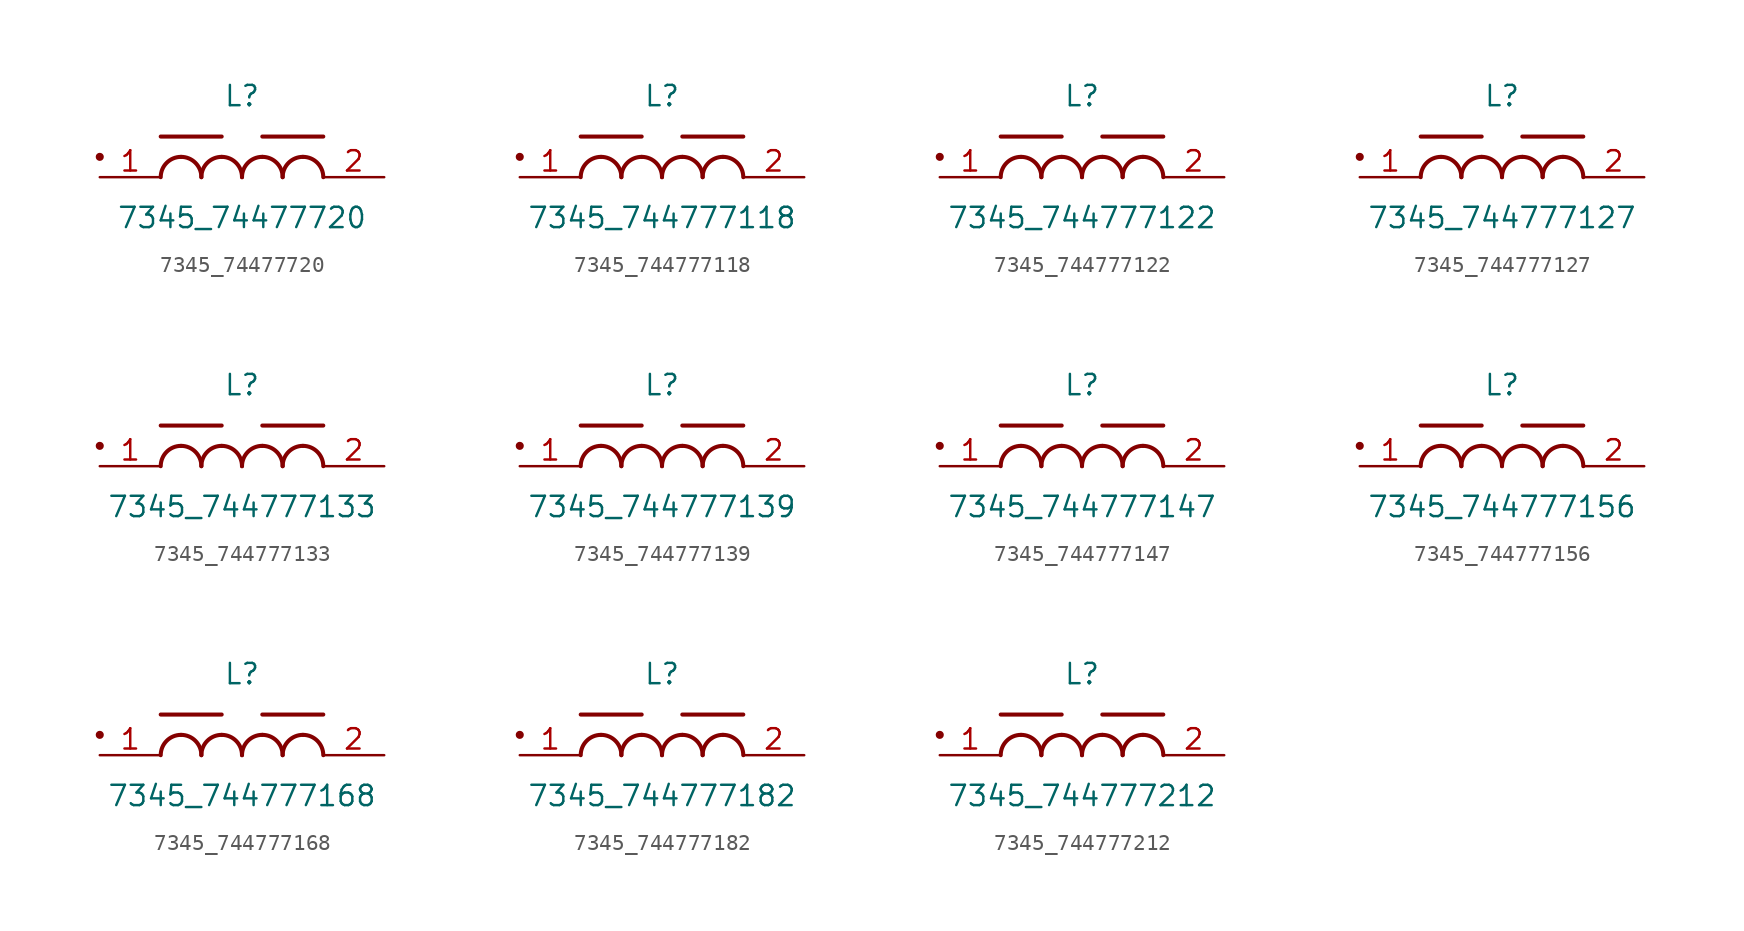
<source format=kicad_sym>
(kicad_symbol_lib
  (version 20211014)
  (generator kicad_symbol_editor)
  (symbol "Inductor_Wurth_WE-PD:7345_74477720"
    (pin_names hide)
    (property "Reference" "L"
      (at 0 5.08 0)
      (effects (font (size 1.27 1.27))))
    (property "Value" "7345_74477720"
      (at 0 -2.54 0)
      (effects (font (size 1.27 1.27))))
    (symbol "7345_74477720_0_1"
      (circle (center -8.89 1.27) (radius 0.0001) (stroke (width 0.254)) (stroke (width 0.254) (type default) (color 0 0 0 0)) (fill (type none)))
      (arc (start -3.81 1.27) (mid -4.708 0.898) (end -5.08 0) (stroke (width 0.254) (type default) (color 0 0 0 0)) (fill (type none)))
      (arc (start -2.54 0) (mid -2.912 0.898) (end -3.81 1.27) (stroke (width 0.254) (type default) (color 0 0 0 0)) (fill (type none)))
      (arc (start -1.2699 1.2701) (mid -2.1679 0.8981) (end -2.5399 0.0001) (stroke (width 0.254) (type default) (color 0 0 0 0)) (fill (type none)))
      (polyline (pts (xy -5.08 2.54) (xy -1.27 2.54)) (stroke (width 0.254) (type default) (color 0 0 0 0)) (fill (type none)))
      (polyline (pts (xy 5.08 2.54) (xy 1.27 2.54)) (stroke (width 0.254) (type default) (color 0 0 0 0)) (fill (type none)))
      (arc (start 0.0001 0.0001) (mid -0.3719 0.8981) (end -1.2699 1.2701) (stroke (width 0.254) (type default) (color 0 0 0 0)) (fill (type none)))
      (arc (start 1.2701 1.2701) (mid 0.3721 0.8981) (end 0.0001 0.0001) (stroke (width 0.254) (type default) (color 0 0 0 0)) (fill (type none)))
      (arc (start 2.5401 0.0001) (mid 2.1681 0.8981) (end 1.2701 1.2701) (stroke (width 0.254) (type default) (color 0 0 0 0)) (fill (type none)))
      (arc (start 3.8101 1.2701) (mid 2.9121 0.8981) (end 2.5401 0.0001) (stroke (width 0.254) (type default) (color 0 0 0 0)) (fill (type none)))
      (arc (start 5.0801 0.0001) (mid 4.7081 0.8981) (end 3.8101 1.2701) (stroke (width 0.254) (type default) (color 0 0 0 0)) (fill (type none))))
    (symbol "7345_74477720_1_1"
      (pin passive line (at -8.89 0 0) (length 3.81) (name "1" (effects (font (size 1.27 1.27)))) (number "1" (effects (font (size 1.27 1.27)))))
      (pin passive line (at 8.89 0 180) (length 3.81) (name "2" (effects (font (size 1.27 1.27)))) (number "2" (effects (font (size 1.27 1.27)))))))
  (symbol "Inductor_Wurth_WE-PD:7345_744777118"
    (pin_names hide)
    (property "Reference" "L"
      (at 0 5.08 0)
      (effects (font (size 1.27 1.27))))
    (property "Value" "7345_744777118"
      (at 0 -2.54 0)
      (effects (font (size 1.27 1.27))))
    (symbol "7345_744777118_0_1"
      (circle (center -8.89 1.27) (radius 0.0001) (stroke (width 0.254)) (stroke (width 0.254) (type default) (color 0 0 0 0)) (fill (type none)))
      (arc (start -3.81 1.27) (mid -4.708 0.898) (end -5.08 0) (stroke (width 0.254) (type default) (color 0 0 0 0)) (fill (type none)))
      (arc (start -2.54 0) (mid -2.912 0.898) (end -3.81 1.27) (stroke (width 0.254) (type default) (color 0 0 0 0)) (fill (type none)))
      (arc (start -1.2699 1.2701) (mid -2.1679 0.8981) (end -2.5399 0.0001) (stroke (width 0.254) (type default) (color 0 0 0 0)) (fill (type none)))
      (polyline (pts (xy -5.08 2.54) (xy -1.27 2.54)) (stroke (width 0.254) (type default) (color 0 0 0 0)) (fill (type none)))
      (polyline (pts (xy 5.08 2.54) (xy 1.27 2.54)) (stroke (width 0.254) (type default) (color 0 0 0 0)) (fill (type none)))
      (arc (start 0.0001 0.0001) (mid -0.3719 0.8981) (end -1.2699 1.2701) (stroke (width 0.254) (type default) (color 0 0 0 0)) (fill (type none)))
      (arc (start 1.2701 1.2701) (mid 0.3721 0.8981) (end 0.0001 0.0001) (stroke (width 0.254) (type default) (color 0 0 0 0)) (fill (type none)))
      (arc (start 2.5401 0.0001) (mid 2.1681 0.8981) (end 1.2701 1.2701) (stroke (width 0.254) (type default) (color 0 0 0 0)) (fill (type none)))
      (arc (start 3.8101 1.2701) (mid 2.9121 0.8981) (end 2.5401 0.0001) (stroke (width 0.254) (type default) (color 0 0 0 0)) (fill (type none)))
      (arc (start 5.0801 0.0001) (mid 4.7081 0.8981) (end 3.8101 1.2701) (stroke (width 0.254) (type default) (color 0 0 0 0)) (fill (type none))))
    (symbol "7345_744777118_1_1"
      (pin passive line (at -8.89 0 0) (length 3.81) (name "1" (effects (font (size 1.27 1.27)))) (number "1" (effects (font (size 1.27 1.27)))))
      (pin passive line (at 8.89 0 180) (length 3.81) (name "2" (effects (font (size 1.27 1.27)))) (number "2" (effects (font (size 1.27 1.27)))))))
  (symbol "Inductor_Wurth_WE-PD:7345_744777122"
    (pin_names hide)
    (property "Reference" "L"
      (at 0 5.08 0)
      (effects (font (size 1.27 1.27))))
    (property "Value" "7345_744777122"
      (at 0 -2.54 0)
      (effects (font (size 1.27 1.27))))
    (symbol "7345_744777122_0_1"
      (circle (center -8.89 1.27) (radius 0.0001) (stroke (width 0.254)) (stroke (width 0.254) (type default) (color 0 0 0 0)) (fill (type none)))
      (arc (start -3.81 1.27) (mid -4.708 0.898) (end -5.08 0) (stroke (width 0.254) (type default) (color 0 0 0 0)) (fill (type none)))
      (arc (start -2.54 0) (mid -2.912 0.898) (end -3.81 1.27) (stroke (width 0.254) (type default) (color 0 0 0 0)) (fill (type none)))
      (arc (start -1.2699 1.2701) (mid -2.1679 0.8981) (end -2.5399 0.0001) (stroke (width 0.254) (type default) (color 0 0 0 0)) (fill (type none)))
      (polyline (pts (xy -5.08 2.54) (xy -1.27 2.54)) (stroke (width 0.254) (type default) (color 0 0 0 0)) (fill (type none)))
      (polyline (pts (xy 5.08 2.54) (xy 1.27 2.54)) (stroke (width 0.254) (type default) (color 0 0 0 0)) (fill (type none)))
      (arc (start 0.0001 0.0001) (mid -0.3719 0.8981) (end -1.2699 1.2701) (stroke (width 0.254) (type default) (color 0 0 0 0)) (fill (type none)))
      (arc (start 1.2701 1.2701) (mid 0.3721 0.8981) (end 0.0001 0.0001) (stroke (width 0.254) (type default) (color 0 0 0 0)) (fill (type none)))
      (arc (start 2.5401 0.0001) (mid 2.1681 0.8981) (end 1.2701 1.2701) (stroke (width 0.254) (type default) (color 0 0 0 0)) (fill (type none)))
      (arc (start 3.8101 1.2701) (mid 2.9121 0.8981) (end 2.5401 0.0001) (stroke (width 0.254) (type default) (color 0 0 0 0)) (fill (type none)))
      (arc (start 5.0801 0.0001) (mid 4.7081 0.8981) (end 3.8101 1.2701) (stroke (width 0.254) (type default) (color 0 0 0 0)) (fill (type none))))
    (symbol "7345_744777122_1_1"
      (pin passive line (at -8.89 0 0) (length 3.81) (name "1" (effects (font (size 1.27 1.27)))) (number "1" (effects (font (size 1.27 1.27)))))
      (pin passive line (at 8.89 0 180) (length 3.81) (name "2" (effects (font (size 1.27 1.27)))) (number "2" (effects (font (size 1.27 1.27)))))))
  (symbol "Inductor_Wurth_WE-PD:7345_744777127"
    (pin_names hide)
    (property "Reference" "L"
      (at 0 5.08 0)
      (effects (font (size 1.27 1.27))))
    (property "Value" "7345_744777127"
      (at 0 -2.54 0)
      (effects (font (size 1.27 1.27))))
    (symbol "7345_744777127_0_1"
      (circle (center -8.89 1.27) (radius 0.0001) (stroke (width 0.254)) (stroke (width 0.254) (type default) (color 0 0 0 0)) (fill (type none)))
      (arc (start -3.81 1.27) (mid -4.708 0.898) (end -5.08 0) (stroke (width 0.254) (type default) (color 0 0 0 0)) (fill (type none)))
      (arc (start -2.54 0) (mid -2.912 0.898) (end -3.81 1.27) (stroke (width 0.254) (type default) (color 0 0 0 0)) (fill (type none)))
      (arc (start -1.2699 1.2701) (mid -2.1679 0.8981) (end -2.5399 0.0001) (stroke (width 0.254) (type default) (color 0 0 0 0)) (fill (type none)))
      (polyline (pts (xy -5.08 2.54) (xy -1.27 2.54)) (stroke (width 0.254) (type default) (color 0 0 0 0)) (fill (type none)))
      (polyline (pts (xy 5.08 2.54) (xy 1.27 2.54)) (stroke (width 0.254) (type default) (color 0 0 0 0)) (fill (type none)))
      (arc (start 0.0001 0.0001) (mid -0.3719 0.8981) (end -1.2699 1.2701) (stroke (width 0.254) (type default) (color 0 0 0 0)) (fill (type none)))
      (arc (start 1.2701 1.2701) (mid 0.3721 0.8981) (end 0.0001 0.0001) (stroke (width 0.254) (type default) (color 0 0 0 0)) (fill (type none)))
      (arc (start 2.5401 0.0001) (mid 2.1681 0.8981) (end 1.2701 1.2701) (stroke (width 0.254) (type default) (color 0 0 0 0)) (fill (type none)))
      (arc (start 3.8101 1.2701) (mid 2.9121 0.8981) (end 2.5401 0.0001) (stroke (width 0.254) (type default) (color 0 0 0 0)) (fill (type none)))
      (arc (start 5.0801 0.0001) (mid 4.7081 0.8981) (end 3.8101 1.2701) (stroke (width 0.254) (type default) (color 0 0 0 0)) (fill (type none))))
    (symbol "7345_744777127_1_1"
      (pin passive line (at -8.89 0 0) (length 3.81) (name "1" (effects (font (size 1.27 1.27)))) (number "1" (effects (font (size 1.27 1.27)))))
      (pin passive line (at 8.89 0 180) (length 3.81) (name "2" (effects (font (size 1.27 1.27)))) (number "2" (effects (font (size 1.27 1.27)))))))
  (symbol "Inductor_Wurth_WE-PD:7345_744777133"
    (pin_names hide)
    (property "Reference" "L"
      (at 0 5.08 0)
      (effects (font (size 1.27 1.27))))
    (property "Value" "7345_744777133"
      (at 0 -2.54 0)
      (effects (font (size 1.27 1.27))))
    (symbol "7345_744777133_0_1"
      (circle (center -8.89 1.27) (radius 0.0001) (stroke (width 0.254)) (stroke (width 0.254) (type default) (color 0 0 0 0)) (fill (type none)))
      (arc (start -3.81 1.27) (mid -4.708 0.898) (end -5.08 0) (stroke (width 0.254) (type default) (color 0 0 0 0)) (fill (type none)))
      (arc (start -2.54 0) (mid -2.912 0.898) (end -3.81 1.27) (stroke (width 0.254) (type default) (color 0 0 0 0)) (fill (type none)))
      (arc (start -1.2699 1.2701) (mid -2.1679 0.8981) (end -2.5399 0.0001) (stroke (width 0.254) (type default) (color 0 0 0 0)) (fill (type none)))
      (polyline (pts (xy -5.08 2.54) (xy -1.27 2.54)) (stroke (width 0.254) (type default) (color 0 0 0 0)) (fill (type none)))
      (polyline (pts (xy 5.08 2.54) (xy 1.27 2.54)) (stroke (width 0.254) (type default) (color 0 0 0 0)) (fill (type none)))
      (arc (start 0.0001 0.0001) (mid -0.3719 0.8981) (end -1.2699 1.2701) (stroke (width 0.254) (type default) (color 0 0 0 0)) (fill (type none)))
      (arc (start 1.2701 1.2701) (mid 0.3721 0.8981) (end 0.0001 0.0001) (stroke (width 0.254) (type default) (color 0 0 0 0)) (fill (type none)))
      (arc (start 2.5401 0.0001) (mid 2.1681 0.8981) (end 1.2701 1.2701) (stroke (width 0.254) (type default) (color 0 0 0 0)) (fill (type none)))
      (arc (start 3.8101 1.2701) (mid 2.9121 0.8981) (end 2.5401 0.0001) (stroke (width 0.254) (type default) (color 0 0 0 0)) (fill (type none)))
      (arc (start 5.0801 0.0001) (mid 4.7081 0.8981) (end 3.8101 1.2701) (stroke (width 0.254) (type default) (color 0 0 0 0)) (fill (type none))))
    (symbol "7345_744777133_1_1"
      (pin passive line (at -8.89 0 0) (length 3.81) (name "1" (effects (font (size 1.27 1.27)))) (number "1" (effects (font (size 1.27 1.27)))))
      (pin passive line (at 8.89 0 180) (length 3.81) (name "2" (effects (font (size 1.27 1.27)))) (number "2" (effects (font (size 1.27 1.27)))))))
  (symbol "Inductor_Wurth_WE-PD:7345_744777139"
    (pin_names hide)
    (property "Reference" "L"
      (at 0 5.08 0)
      (effects (font (size 1.27 1.27))))
    (property "Value" "7345_744777139"
      (at 0 -2.54 0)
      (effects (font (size 1.27 1.27))))
    (symbol "7345_744777139_0_1"
      (circle (center -8.89 1.27) (radius 0.0001) (stroke (width 0.254)) (stroke (width 0.254) (type default) (color 0 0 0 0)) (fill (type none)))
      (arc (start -3.81 1.27) (mid -4.708 0.898) (end -5.08 0) (stroke (width 0.254) (type default) (color 0 0 0 0)) (fill (type none)))
      (arc (start -2.54 0) (mid -2.912 0.898) (end -3.81 1.27) (stroke (width 0.254) (type default) (color 0 0 0 0)) (fill (type none)))
      (arc (start -1.2699 1.2701) (mid -2.1679 0.8981) (end -2.5399 0.0001) (stroke (width 0.254) (type default) (color 0 0 0 0)) (fill (type none)))
      (polyline (pts (xy -5.08 2.54) (xy -1.27 2.54)) (stroke (width 0.254) (type default) (color 0 0 0 0)) (fill (type none)))
      (polyline (pts (xy 5.08 2.54) (xy 1.27 2.54)) (stroke (width 0.254) (type default) (color 0 0 0 0)) (fill (type none)))
      (arc (start 0.0001 0.0001) (mid -0.3719 0.8981) (end -1.2699 1.2701) (stroke (width 0.254) (type default) (color 0 0 0 0)) (fill (type none)))
      (arc (start 1.2701 1.2701) (mid 0.3721 0.8981) (end 0.0001 0.0001) (stroke (width 0.254) (type default) (color 0 0 0 0)) (fill (type none)))
      (arc (start 2.5401 0.0001) (mid 2.1681 0.8981) (end 1.2701 1.2701) (stroke (width 0.254) (type default) (color 0 0 0 0)) (fill (type none)))
      (arc (start 3.8101 1.2701) (mid 2.9121 0.8981) (end 2.5401 0.0001) (stroke (width 0.254) (type default) (color 0 0 0 0)) (fill (type none)))
      (arc (start 5.0801 0.0001) (mid 4.7081 0.8981) (end 3.8101 1.2701) (stroke (width 0.254) (type default) (color 0 0 0 0)) (fill (type none))))
    (symbol "7345_744777139_1_1"
      (pin passive line (at -8.89 0 0) (length 3.81) (name "1" (effects (font (size 1.27 1.27)))) (number "1" (effects (font (size 1.27 1.27)))))
      (pin passive line (at 8.89 0 180) (length 3.81) (name "2" (effects (font (size 1.27 1.27)))) (number "2" (effects (font (size 1.27 1.27)))))))
  (symbol "Inductor_Wurth_WE-PD:7345_744777147"
    (pin_names hide)
    (property "Reference" "L"
      (at 0 5.08 0)
      (effects (font (size 1.27 1.27))))
    (property "Value" "7345_744777147"
      (at 0 -2.54 0)
      (effects (font (size 1.27 1.27))))
    (symbol "7345_744777147_0_1"
      (circle (center -8.89 1.27) (radius 0.0001) (stroke (width 0.254)) (stroke (width 0.254) (type default) (color 0 0 0 0)) (fill (type none)))
      (arc (start -3.81 1.27) (mid -4.708 0.898) (end -5.08 0) (stroke (width 0.254) (type default) (color 0 0 0 0)) (fill (type none)))
      (arc (start -2.54 0) (mid -2.912 0.898) (end -3.81 1.27) (stroke (width 0.254) (type default) (color 0 0 0 0)) (fill (type none)))
      (arc (start -1.2699 1.2701) (mid -2.1679 0.8981) (end -2.5399 0.0001) (stroke (width 0.254) (type default) (color 0 0 0 0)) (fill (type none)))
      (polyline (pts (xy -5.08 2.54) (xy -1.27 2.54)) (stroke (width 0.254) (type default) (color 0 0 0 0)) (fill (type none)))
      (polyline (pts (xy 5.08 2.54) (xy 1.27 2.54)) (stroke (width 0.254) (type default) (color 0 0 0 0)) (fill (type none)))
      (arc (start 0.0001 0.0001) (mid -0.3719 0.8981) (end -1.2699 1.2701) (stroke (width 0.254) (type default) (color 0 0 0 0)) (fill (type none)))
      (arc (start 1.2701 1.2701) (mid 0.3721 0.8981) (end 0.0001 0.0001) (stroke (width 0.254) (type default) (color 0 0 0 0)) (fill (type none)))
      (arc (start 2.5401 0.0001) (mid 2.1681 0.8981) (end 1.2701 1.2701) (stroke (width 0.254) (type default) (color 0 0 0 0)) (fill (type none)))
      (arc (start 3.8101 1.2701) (mid 2.9121 0.8981) (end 2.5401 0.0001) (stroke (width 0.254) (type default) (color 0 0 0 0)) (fill (type none)))
      (arc (start 5.0801 0.0001) (mid 4.7081 0.8981) (end 3.8101 1.2701) (stroke (width 0.254) (type default) (color 0 0 0 0)) (fill (type none))))
    (symbol "7345_744777147_1_1"
      (pin passive line (at -8.89 0 0) (length 3.81) (name "1" (effects (font (size 1.27 1.27)))) (number "1" (effects (font (size 1.27 1.27)))))
      (pin passive line (at 8.89 0 180) (length 3.81) (name "2" (effects (font (size 1.27 1.27)))) (number "2" (effects (font (size 1.27 1.27)))))))
  (symbol "Inductor_Wurth_WE-PD:7345_744777156"
    (pin_names hide)
    (property "Reference" "L"
      (at 0 5.08 0)
      (effects (font (size 1.27 1.27))))
    (property "Value" "7345_744777156"
      (at 0 -2.54 0)
      (effects (font (size 1.27 1.27))))
    (symbol "7345_744777156_0_1"
      (circle (center -8.89 1.27) (radius 0.0001) (stroke (width 0.254)) (stroke (width 0.254) (type default) (color 0 0 0 0)) (fill (type none)))
      (arc (start -3.81 1.27) (mid -4.708 0.898) (end -5.08 0) (stroke (width 0.254) (type default) (color 0 0 0 0)) (fill (type none)))
      (arc (start -2.54 0) (mid -2.912 0.898) (end -3.81 1.27) (stroke (width 0.254) (type default) (color 0 0 0 0)) (fill (type none)))
      (arc (start -1.2699 1.2701) (mid -2.1679 0.8981) (end -2.5399 0.0001) (stroke (width 0.254) (type default) (color 0 0 0 0)) (fill (type none)))
      (polyline (pts (xy -5.08 2.54) (xy -1.27 2.54)) (stroke (width 0.254) (type default) (color 0 0 0 0)) (fill (type none)))
      (polyline (pts (xy 5.08 2.54) (xy 1.27 2.54)) (stroke (width 0.254) (type default) (color 0 0 0 0)) (fill (type none)))
      (arc (start 0.0001 0.0001) (mid -0.3719 0.8981) (end -1.2699 1.2701) (stroke (width 0.254) (type default) (color 0 0 0 0)) (fill (type none)))
      (arc (start 1.2701 1.2701) (mid 0.3721 0.8981) (end 0.0001 0.0001) (stroke (width 0.254) (type default) (color 0 0 0 0)) (fill (type none)))
      (arc (start 2.5401 0.0001) (mid 2.1681 0.8981) (end 1.2701 1.2701) (stroke (width 0.254) (type default) (color 0 0 0 0)) (fill (type none)))
      (arc (start 3.8101 1.2701) (mid 2.9121 0.8981) (end 2.5401 0.0001) (stroke (width 0.254) (type default) (color 0 0 0 0)) (fill (type none)))
      (arc (start 5.0801 0.0001) (mid 4.7081 0.8981) (end 3.8101 1.2701) (stroke (width 0.254) (type default) (color 0 0 0 0)) (fill (type none))))
    (symbol "7345_744777156_1_1"
      (pin passive line (at -8.89 0 0) (length 3.81) (name "1" (effects (font (size 1.27 1.27)))) (number "1" (effects (font (size 1.27 1.27)))))
      (pin passive line (at 8.89 0 180) (length 3.81) (name "2" (effects (font (size 1.27 1.27)))) (number "2" (effects (font (size 1.27 1.27)))))))
  (symbol "Inductor_Wurth_WE-PD:7345_744777168"
    (pin_names hide)
    (property "Reference" "L"
      (at 0 5.08 0)
      (effects (font (size 1.27 1.27))))
    (property "Value" "7345_744777168"
      (at 0 -2.54 0)
      (effects (font (size 1.27 1.27))))
    (symbol "7345_744777168_0_1"
      (circle (center -8.89 1.27) (radius 0.0001) (stroke (width 0.254)) (stroke (width 0.254) (type default) (color 0 0 0 0)) (fill (type none)))
      (arc (start -3.81 1.27) (mid -4.708 0.898) (end -5.08 0) (stroke (width 0.254) (type default) (color 0 0 0 0)) (fill (type none)))
      (arc (start -2.54 0) (mid -2.912 0.898) (end -3.81 1.27) (stroke (width 0.254) (type default) (color 0 0 0 0)) (fill (type none)))
      (arc (start -1.2699 1.2701) (mid -2.1679 0.8981) (end -2.5399 0.0001) (stroke (width 0.254) (type default) (color 0 0 0 0)) (fill (type none)))
      (polyline (pts (xy -5.08 2.54) (xy -1.27 2.54)) (stroke (width 0.254) (type default) (color 0 0 0 0)) (fill (type none)))
      (polyline (pts (xy 5.08 2.54) (xy 1.27 2.54)) (stroke (width 0.254) (type default) (color 0 0 0 0)) (fill (type none)))
      (arc (start 0.0001 0.0001) (mid -0.3719 0.8981) (end -1.2699 1.2701) (stroke (width 0.254) (type default) (color 0 0 0 0)) (fill (type none)))
      (arc (start 1.2701 1.2701) (mid 0.3721 0.8981) (end 0.0001 0.0001) (stroke (width 0.254) (type default) (color 0 0 0 0)) (fill (type none)))
      (arc (start 2.5401 0.0001) (mid 2.1681 0.8981) (end 1.2701 1.2701) (stroke (width 0.254) (type default) (color 0 0 0 0)) (fill (type none)))
      (arc (start 3.8101 1.2701) (mid 2.9121 0.8981) (end 2.5401 0.0001) (stroke (width 0.254) (type default) (color 0 0 0 0)) (fill (type none)))
      (arc (start 5.0801 0.0001) (mid 4.7081 0.8981) (end 3.8101 1.2701) (stroke (width 0.254) (type default) (color 0 0 0 0)) (fill (type none))))
    (symbol "7345_744777168_1_1"
      (pin passive line (at -8.89 0 0) (length 3.81) (name "1" (effects (font (size 1.27 1.27)))) (number "1" (effects (font (size 1.27 1.27)))))
      (pin passive line (at 8.89 0 180) (length 3.81) (name "2" (effects (font (size 1.27 1.27)))) (number "2" (effects (font (size 1.27 1.27)))))))
  (symbol "Inductor_Wurth_WE-PD:7345_744777182"
    (pin_names hide)
    (property "Reference" "L"
      (at 0 5.08 0)
      (effects (font (size 1.27 1.27))))
    (property "Value" "7345_744777182"
      (at 0 -2.54 0)
      (effects (font (size 1.27 1.27))))
    (symbol "7345_744777182_0_1"
      (circle (center -8.89 1.27) (radius 0.0001) (stroke (width 0.254)) (stroke (width 0.254) (type default) (color 0 0 0 0)) (fill (type none)))
      (arc (start -3.81 1.27) (mid -4.708 0.898) (end -5.08 0) (stroke (width 0.254) (type default) (color 0 0 0 0)) (fill (type none)))
      (arc (start -2.54 0) (mid -2.912 0.898) (end -3.81 1.27) (stroke (width 0.254) (type default) (color 0 0 0 0)) (fill (type none)))
      (arc (start -1.2699 1.2701) (mid -2.1679 0.8981) (end -2.5399 0.0001) (stroke (width 0.254) (type default) (color 0 0 0 0)) (fill (type none)))
      (polyline (pts (xy -5.08 2.54) (xy -1.27 2.54)) (stroke (width 0.254) (type default) (color 0 0 0 0)) (fill (type none)))
      (polyline (pts (xy 5.08 2.54) (xy 1.27 2.54)) (stroke (width 0.254) (type default) (color 0 0 0 0)) (fill (type none)))
      (arc (start 0.0001 0.0001) (mid -0.3719 0.8981) (end -1.2699 1.2701) (stroke (width 0.254) (type default) (color 0 0 0 0)) (fill (type none)))
      (arc (start 1.2701 1.2701) (mid 0.3721 0.8981) (end 0.0001 0.0001) (stroke (width 0.254) (type default) (color 0 0 0 0)) (fill (type none)))
      (arc (start 2.5401 0.0001) (mid 2.1681 0.8981) (end 1.2701 1.2701) (stroke (width 0.254) (type default) (color 0 0 0 0)) (fill (type none)))
      (arc (start 3.8101 1.2701) (mid 2.9121 0.8981) (end 2.5401 0.0001) (stroke (width 0.254) (type default) (color 0 0 0 0)) (fill (type none)))
      (arc (start 5.0801 0.0001) (mid 4.7081 0.8981) (end 3.8101 1.2701) (stroke (width 0.254) (type default) (color 0 0 0 0)) (fill (type none))))
    (symbol "7345_744777182_1_1"
      (pin passive line (at -8.89 0 0) (length 3.81) (name "1" (effects (font (size 1.27 1.27)))) (number "1" (effects (font (size 1.27 1.27)))))
      (pin passive line (at 8.89 0 180) (length 3.81) (name "2" (effects (font (size 1.27 1.27)))) (number "2" (effects (font (size 1.27 1.27)))))))
  (symbol "Inductor_Wurth_WE-PD:7345_744777212"
    (pin_names hide)
    (property "Reference" "L"
      (at 0 5.08 0)
      (effects (font (size 1.27 1.27))))
    (property "Value" "7345_744777212"
      (at 0 -2.54 0)
      (effects (font (size 1.27 1.27))))
    (symbol "7345_744777212_0_1"
      (circle (center -8.89 1.27) (radius 0.0001) (stroke (width 0.254)) (stroke (width 0.254) (type default) (color 0 0 0 0)) (fill (type none)))
      (arc (start -3.81 1.27) (mid -4.708 0.898) (end -5.08 0) (stroke (width 0.254) (type default) (color 0 0 0 0)) (fill (type none)))
      (arc (start -2.54 0) (mid -2.912 0.898) (end -3.81 1.27) (stroke (width 0.254) (type default) (color 0 0 0 0)) (fill (type none)))
      (arc (start -1.2699 1.2701) (mid -2.1679 0.8981) (end -2.5399 0.0001) (stroke (width 0.254) (type default) (color 0 0 0 0)) (fill (type none)))
      (polyline (pts (xy -5.08 2.54) (xy -1.27 2.54)) (stroke (width 0.254) (type default) (color 0 0 0 0)) (fill (type none)))
      (polyline (pts (xy 5.08 2.54) (xy 1.27 2.54)) (stroke (width 0.254) (type default) (color 0 0 0 0)) (fill (type none)))
      (arc (start 0.0001 0.0001) (mid -0.3719 0.8981) (end -1.2699 1.2701) (stroke (width 0.254) (type default) (color 0 0 0 0)) (fill (type none)))
      (arc (start 1.2701 1.2701) (mid 0.3721 0.8981) (end 0.0001 0.0001) (stroke (width 0.254) (type default) (color 0 0 0 0)) (fill (type none)))
      (arc (start 2.5401 0.0001) (mid 2.1681 0.8981) (end 1.2701 1.2701) (stroke (width 0.254) (type default) (color 0 0 0 0)) (fill (type none)))
      (arc (start 3.8101 1.2701) (mid 2.9121 0.8981) (end 2.5401 0.0001) (stroke (width 0.254) (type default) (color 0 0 0 0)) (fill (type none)))
      (arc (start 5.0801 0.0001) (mid 4.7081 0.8981) (end 3.8101 1.2701) (stroke (width 0.254) (type default) (color 0 0 0 0)) (fill (type none))))
    (symbol "7345_744777212_1_1"
      (pin passive line (at -8.89 0 0) (length 3.81) (name "1" (effects (font (size 1.27 1.27)))) (number "1" (effects (font (size 1.27 1.27)))))
      (pin passive line (at 8.89 0 180) (length 3.81) (name "2" (effects (font (size 1.27 1.27)))) (number "2" (effects (font (size 1.27 1.27))))))))
</source>
